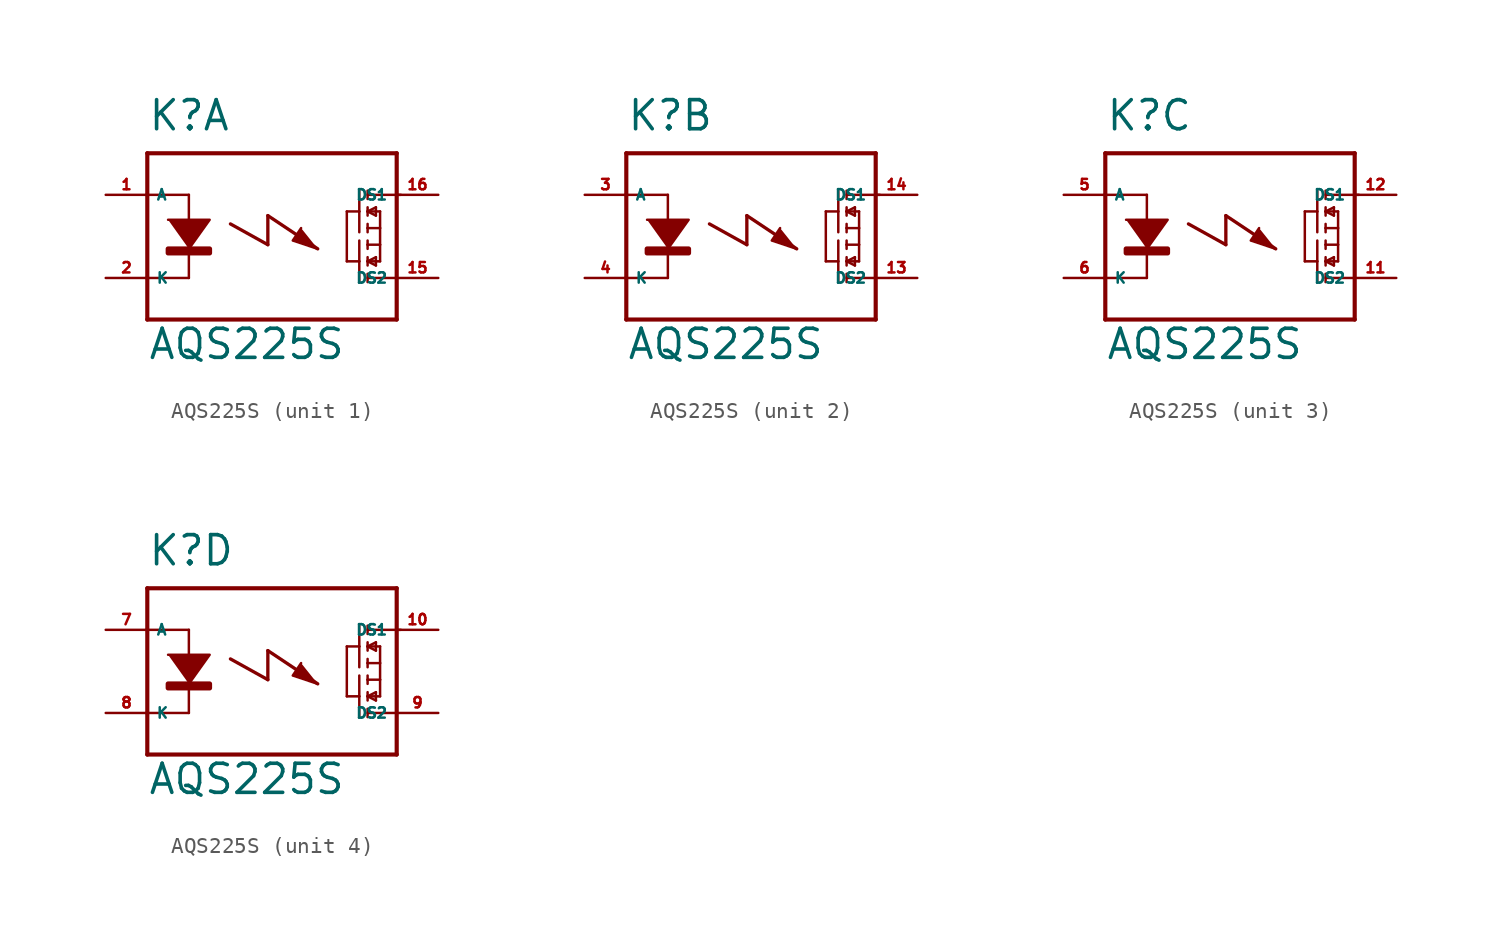
<source format=kicad_sym>
(kicad_symbol_lib
  (version 20220914)
  (generator Eagle2Kicad)
  (symbol "AQS225S"
    (property "Reference" "K"
      (at -7.62 6.35 0)
      (effects (font (size 1.778 1.778) (thickness 0.22)) (justify left bottom)))
    (property "Value" "AQS225S"
      (at -7.62 -7.62 0)
      (effects (font (size 1.778 1.778) (thickness 0.22)) (justify left bottom)))
    (symbol "AQS225S_1_0"
      (polyline (pts (xy -6.35 1.016) (xy -3.81 1.016) (xy -5.08 -0.762)) (stroke (width 0.152) (type default)) (fill (type outline)))
      (polyline (pts (xy 1.778 0.508) (xy 1.27 -0.254) (xy 2.794 -0.762)) (stroke (width 0.152) (type default)) (fill (type outline)))
      (polyline (pts (xy -5.08 2.54) (xy -5.08 -2.54)) (stroke (width 0.152) (type default)) (fill (type none)))
      (polyline (pts (xy 5.842 2.794) (xy 5.842 2.286)) (stroke (width 0.152) (type default)) (fill (type none)))
      (polyline (pts (xy 5.842 1.778) (xy 5.842 1.524)) (stroke (width 0.152) (type default)) (fill (type none)))
      (polyline (pts (xy 5.842 1.524) (xy 5.842 1.27)) (stroke (width 0.152) (type default)) (fill (type none)))
      (polyline (pts (xy 5.842 0.762) (xy 5.842 0.508)) (stroke (width 0.152) (type default)) (fill (type none)))
      (polyline (pts (xy 5.842 0.508) (xy 5.842 0.254)) (stroke (width 0.152) (type default)) (fill (type none)))
      (polyline (pts (xy 5.842 1.524) (xy 6.604 1.524)) (stroke (width 0.152) (type default)) (fill (type none)))
      (polyline (pts (xy 6.35 1.778) (xy 5.842 1.524)) (stroke (width 0.152) (type default)) (fill (type none)))
      (polyline (pts (xy 5.842 1.524) (xy 6.35 1.27)) (stroke (width 0.152) (type default)) (fill (type none)))
      (polyline (pts (xy 6.35 1.27) (xy 6.35 1.778)) (stroke (width 0.152) (type default)) (fill (type none)))
      (polyline (pts (xy 5.842 0.508) (xy 6.604 0.508)) (stroke (width 0.152) (type default)) (fill (type none)))
      (polyline (pts (xy 6.604 0.508) (xy 6.604 1.524)) (stroke (width 0.152) (type default)) (fill (type none)))
      (polyline (pts (xy 5.334 2.794) (xy 5.334 1.524)) (stroke (width 0.152) (type default)) (fill (type none)))
      (polyline (pts (xy 5.334 1.524) (xy 5.334 0.254)) (stroke (width 0.152) (type default)) (fill (type none)))
      (polyline (pts (xy 5.334 1.524) (xy 4.572 1.524)) (stroke (width 0.152) (type default)) (fill (type none)))
      (polyline (pts (xy 5.842 -2.794) (xy 5.842 -2.286)) (stroke (width 0.152) (type default)) (fill (type none)))
      (polyline (pts (xy 5.842 -1.778) (xy 5.842 -1.524)) (stroke (width 0.152) (type default)) (fill (type none)))
      (polyline (pts (xy 5.842 -1.524) (xy 5.842 -1.27)) (stroke (width 0.152) (type default)) (fill (type none)))
      (polyline (pts (xy 5.842 -0.762) (xy 5.842 -0.508)) (stroke (width 0.152) (type default)) (fill (type none)))
      (polyline (pts (xy 5.842 -0.508) (xy 5.842 -0.254)) (stroke (width 0.152) (type default)) (fill (type none)))
      (polyline (pts (xy 5.842 -1.524) (xy 6.604 -1.524)) (stroke (width 0.152) (type default)) (fill (type none)))
      (polyline (pts (xy 6.35 -1.778) (xy 5.842 -1.524)) (stroke (width 0.152) (type default)) (fill (type none)))
      (polyline (pts (xy 5.842 -1.524) (xy 6.35 -1.27)) (stroke (width 0.152) (type default)) (fill (type none)))
      (polyline (pts (xy 6.35 -1.27) (xy 6.35 -1.778)) (stroke (width 0.152) (type default)) (fill (type none)))
      (polyline (pts (xy 5.842 -0.508) (xy 6.604 -0.508)) (stroke (width 0.152) (type default)) (fill (type none)))
      (polyline (pts (xy 6.604 -0.508) (xy 6.604 -1.524)) (stroke (width 0.152) (type default)) (fill (type none)))
      (polyline (pts (xy 6.604 0.508) (xy 6.604 -0.508)) (stroke (width 0.152) (type default)) (fill (type none)))
      (polyline (pts (xy 5.334 -2.794) (xy 5.334 -1.524)) (stroke (width 0.152) (type default)) (fill (type none)))
      (polyline (pts (xy 5.334 -1.524) (xy 5.334 -0.254)) (stroke (width 0.152) (type default)) (fill (type none)))
      (polyline (pts (xy 5.334 -1.524) (xy 4.572 -1.524)) (stroke (width 0.152) (type default)) (fill (type none)))
      (polyline (pts (xy 4.572 1.524) (xy 4.572 -1.524)) (stroke (width 0.152) (type default)) (fill (type none)))
      (polyline (pts (xy -7.62 5.08) (xy -7.62 2.54)) (stroke (width 0.254) (type default)) (fill (type none)))
      (polyline (pts (xy -7.62 2.54) (xy -7.62 -2.54)) (stroke (width 0.254) (type default)) (fill (type none)))
      (polyline (pts (xy -7.62 -2.54) (xy -7.62 -5.08)) (stroke (width 0.254) (type default)) (fill (type none)))
      (polyline (pts (xy -7.62 -5.08) (xy 7.62 -5.08)) (stroke (width 0.254) (type default)) (fill (type none)))
      (polyline (pts (xy 5.842 2.54) (xy 7.874 2.54)) (stroke (width 0.152) (type default)) (fill (type none)))
      (polyline (pts (xy 5.842 -2.54) (xy 7.62 -2.54)) (stroke (width 0.152) (type default)) (fill (type none)))
      (polyline (pts (xy 7.62 -5.08) (xy 7.62 5.08)) (stroke (width 0.254) (type default)) (fill (type none)))
      (polyline (pts (xy 7.62 5.08) (xy -7.62 5.08)) (stroke (width 0.254) (type default)) (fill (type none)))
      (polyline (pts (xy -5.08 2.54) (xy -7.62 2.54)) (stroke (width 0.152) (type default)) (fill (type none)))
      (polyline (pts (xy -5.08 -2.54) (xy -7.62 -2.54)) (stroke (width 0.152) (type default)) (fill (type none)))
      (polyline (pts (xy -2.54 0.762) (xy -0.254 -0.508)) (stroke (width 0.203) (type default)) (fill (type none)))
      (polyline (pts (xy -0.254 -0.508) (xy -0.254 1.27)) (stroke (width 0.203) (type default)) (fill (type none)))
      (polyline (pts (xy -0.254 1.27) (xy 2.794 -0.762)) (stroke (width 0.203) (type default)) (fill (type none)))
      (rectangle (start -6.35 -1.016) (end -3.81 -0.762) (stroke (width 0.3) (type default)) (fill (type outline)))
      (pin passive line (at -10.16 2.54 0) (length 2.54) (name "A" (effects (font (size 0.635 0.635) (thickness 0.08)) (justify left bottom))) (number "1" (effects (font (size 0.635 0.635) (thickness 0.08)) (justify left bottom))))
      (pin passive line (at -10.16 -2.54 0) (length 2.54) (name "K" (effects (font (size 0.635 0.635) (thickness 0.08)) (justify left bottom))) (number "2" (effects (font (size 0.635 0.635) (thickness 0.08)) (justify left bottom))))
      (pin passive line (at 10.16 2.54 180) (length 2.54) (name "DS1" (effects (font (size 0.635 0.635) (thickness 0.08)) (justify left bottom))) (number "16" (effects (font (size 0.635 0.635) (thickness 0.08)) (justify left bottom))))
      (pin passive line (at 10.16 -2.54 180) (length 2.54) (name "DS2" (effects (font (size 0.635 0.635) (thickness 0.08)) (justify left bottom))) (number "15" (effects (font (size 0.635 0.635) (thickness 0.08)) (justify left bottom)))))
    (symbol "AQS225S_2_0"
      (polyline (pts (xy -6.35 1.016) (xy -3.81 1.016) (xy -5.08 -0.762)) (stroke (width 0.152) (type default)) (fill (type outline)))
      (polyline (pts (xy 1.778 0.508) (xy 1.27 -0.254) (xy 2.794 -0.762)) (stroke (width 0.152) (type default)) (fill (type outline)))
      (polyline (pts (xy -5.08 2.54) (xy -5.08 -2.54)) (stroke (width 0.152) (type default)) (fill (type none)))
      (polyline (pts (xy 5.842 2.794) (xy 5.842 2.286)) (stroke (width 0.152) (type default)) (fill (type none)))
      (polyline (pts (xy 5.842 1.778) (xy 5.842 1.524)) (stroke (width 0.152) (type default)) (fill (type none)))
      (polyline (pts (xy 5.842 1.524) (xy 5.842 1.27)) (stroke (width 0.152) (type default)) (fill (type none)))
      (polyline (pts (xy 5.842 0.762) (xy 5.842 0.508)) (stroke (width 0.152) (type default)) (fill (type none)))
      (polyline (pts (xy 5.842 0.508) (xy 5.842 0.254)) (stroke (width 0.152) (type default)) (fill (type none)))
      (polyline (pts (xy 5.842 1.524) (xy 6.604 1.524)) (stroke (width 0.152) (type default)) (fill (type none)))
      (polyline (pts (xy 6.35 1.778) (xy 5.842 1.524)) (stroke (width 0.152) (type default)) (fill (type none)))
      (polyline (pts (xy 5.842 1.524) (xy 6.35 1.27)) (stroke (width 0.152) (type default)) (fill (type none)))
      (polyline (pts (xy 6.35 1.27) (xy 6.35 1.778)) (stroke (width 0.152) (type default)) (fill (type none)))
      (polyline (pts (xy 5.842 0.508) (xy 6.604 0.508)) (stroke (width 0.152) (type default)) (fill (type none)))
      (polyline (pts (xy 6.604 0.508) (xy 6.604 1.524)) (stroke (width 0.152) (type default)) (fill (type none)))
      (polyline (pts (xy 5.334 2.794) (xy 5.334 1.524)) (stroke (width 0.152) (type default)) (fill (type none)))
      (polyline (pts (xy 5.334 1.524) (xy 5.334 0.254)) (stroke (width 0.152) (type default)) (fill (type none)))
      (polyline (pts (xy 5.334 1.524) (xy 4.572 1.524)) (stroke (width 0.152) (type default)) (fill (type none)))
      (polyline (pts (xy 5.842 -2.794) (xy 5.842 -2.286)) (stroke (width 0.152) (type default)) (fill (type none)))
      (polyline (pts (xy 5.842 -1.778) (xy 5.842 -1.524)) (stroke (width 0.152) (type default)) (fill (type none)))
      (polyline (pts (xy 5.842 -1.524) (xy 5.842 -1.27)) (stroke (width 0.152) (type default)) (fill (type none)))
      (polyline (pts (xy 5.842 -0.762) (xy 5.842 -0.508)) (stroke (width 0.152) (type default)) (fill (type none)))
      (polyline (pts (xy 5.842 -0.508) (xy 5.842 -0.254)) (stroke (width 0.152) (type default)) (fill (type none)))
      (polyline (pts (xy 5.842 -1.524) (xy 6.604 -1.524)) (stroke (width 0.152) (type default)) (fill (type none)))
      (polyline (pts (xy 6.35 -1.778) (xy 5.842 -1.524)) (stroke (width 0.152) (type default)) (fill (type none)))
      (polyline (pts (xy 5.842 -1.524) (xy 6.35 -1.27)) (stroke (width 0.152) (type default)) (fill (type none)))
      (polyline (pts (xy 6.35 -1.27) (xy 6.35 -1.778)) (stroke (width 0.152) (type default)) (fill (type none)))
      (polyline (pts (xy 5.842 -0.508) (xy 6.604 -0.508)) (stroke (width 0.152) (type default)) (fill (type none)))
      (polyline (pts (xy 6.604 -0.508) (xy 6.604 -1.524)) (stroke (width 0.152) (type default)) (fill (type none)))
      (polyline (pts (xy 6.604 0.508) (xy 6.604 -0.508)) (stroke (width 0.152) (type default)) (fill (type none)))
      (polyline (pts (xy 5.334 -2.794) (xy 5.334 -1.524)) (stroke (width 0.152) (type default)) (fill (type none)))
      (polyline (pts (xy 5.334 -1.524) (xy 5.334 -0.254)) (stroke (width 0.152) (type default)) (fill (type none)))
      (polyline (pts (xy 5.334 -1.524) (xy 4.572 -1.524)) (stroke (width 0.152) (type default)) (fill (type none)))
      (polyline (pts (xy 4.572 1.524) (xy 4.572 -1.524)) (stroke (width 0.152) (type default)) (fill (type none)))
      (polyline (pts (xy -7.62 5.08) (xy -7.62 2.54)) (stroke (width 0.254) (type default)) (fill (type none)))
      (polyline (pts (xy -7.62 2.54) (xy -7.62 -2.54)) (stroke (width 0.254) (type default)) (fill (type none)))
      (polyline (pts (xy -7.62 -2.54) (xy -7.62 -5.08)) (stroke (width 0.254) (type default)) (fill (type none)))
      (polyline (pts (xy -7.62 -5.08) (xy 7.62 -5.08)) (stroke (width 0.254) (type default)) (fill (type none)))
      (polyline (pts (xy 5.842 2.54) (xy 7.874 2.54)) (stroke (width 0.152) (type default)) (fill (type none)))
      (polyline (pts (xy 5.842 -2.54) (xy 7.62 -2.54)) (stroke (width 0.152) (type default)) (fill (type none)))
      (polyline (pts (xy 7.62 -5.08) (xy 7.62 5.08)) (stroke (width 0.254) (type default)) (fill (type none)))
      (polyline (pts (xy 7.62 5.08) (xy -7.62 5.08)) (stroke (width 0.254) (type default)) (fill (type none)))
      (polyline (pts (xy -5.08 2.54) (xy -7.62 2.54)) (stroke (width 0.152) (type default)) (fill (type none)))
      (polyline (pts (xy -5.08 -2.54) (xy -7.62 -2.54)) (stroke (width 0.152) (type default)) (fill (type none)))
      (polyline (pts (xy -2.54 0.762) (xy -0.254 -0.508)) (stroke (width 0.203) (type default)) (fill (type none)))
      (polyline (pts (xy -0.254 -0.508) (xy -0.254 1.27)) (stroke (width 0.203) (type default)) (fill (type none)))
      (polyline (pts (xy -0.254 1.27) (xy 2.794 -0.762)) (stroke (width 0.203) (type default)) (fill (type none)))
      (rectangle (start -6.35 -1.016) (end -3.81 -0.762) (stroke (width 0.3) (type default)) (fill (type outline)))
      (pin passive line (at -10.16 2.54 0) (length 2.54) (name "A" (effects (font (size 0.635 0.635) (thickness 0.08)) (justify left bottom))) (number "3" (effects (font (size 0.635 0.635) (thickness 0.08)) (justify left bottom))))
      (pin passive line (at -10.16 -2.54 0) (length 2.54) (name "K" (effects (font (size 0.635 0.635) (thickness 0.08)) (justify left bottom))) (number "4" (effects (font (size 0.635 0.635) (thickness 0.08)) (justify left bottom))))
      (pin passive line (at 10.16 2.54 180) (length 2.54) (name "DS1" (effects (font (size 0.635 0.635) (thickness 0.08)) (justify left bottom))) (number "14" (effects (font (size 0.635 0.635) (thickness 0.08)) (justify left bottom))))
      (pin passive line (at 10.16 -2.54 180) (length 2.54) (name "DS2" (effects (font (size 0.635 0.635) (thickness 0.08)) (justify left bottom))) (number "13" (effects (font (size 0.635 0.635) (thickness 0.08)) (justify left bottom)))))
    (symbol "AQS225S_3_0"
      (polyline (pts (xy -6.35 1.016) (xy -3.81 1.016) (xy -5.08 -0.762)) (stroke (width 0.152) (type default)) (fill (type outline)))
      (polyline (pts (xy 1.778 0.508) (xy 1.27 -0.254) (xy 2.794 -0.762)) (stroke (width 0.152) (type default)) (fill (type outline)))
      (polyline (pts (xy -5.08 2.54) (xy -5.08 -2.54)) (stroke (width 0.152) (type default)) (fill (type none)))
      (polyline (pts (xy 5.842 2.794) (xy 5.842 2.286)) (stroke (width 0.152) (type default)) (fill (type none)))
      (polyline (pts (xy 5.842 1.778) (xy 5.842 1.524)) (stroke (width 0.152) (type default)) (fill (type none)))
      (polyline (pts (xy 5.842 1.524) (xy 5.842 1.27)) (stroke (width 0.152) (type default)) (fill (type none)))
      (polyline (pts (xy 5.842 0.762) (xy 5.842 0.508)) (stroke (width 0.152) (type default)) (fill (type none)))
      (polyline (pts (xy 5.842 0.508) (xy 5.842 0.254)) (stroke (width 0.152) (type default)) (fill (type none)))
      (polyline (pts (xy 5.842 1.524) (xy 6.604 1.524)) (stroke (width 0.152) (type default)) (fill (type none)))
      (polyline (pts (xy 6.35 1.778) (xy 5.842 1.524)) (stroke (width 0.152) (type default)) (fill (type none)))
      (polyline (pts (xy 5.842 1.524) (xy 6.35 1.27)) (stroke (width 0.152) (type default)) (fill (type none)))
      (polyline (pts (xy 6.35 1.27) (xy 6.35 1.778)) (stroke (width 0.152) (type default)) (fill (type none)))
      (polyline (pts (xy 5.842 0.508) (xy 6.604 0.508)) (stroke (width 0.152) (type default)) (fill (type none)))
      (polyline (pts (xy 6.604 0.508) (xy 6.604 1.524)) (stroke (width 0.152) (type default)) (fill (type none)))
      (polyline (pts (xy 5.334 2.794) (xy 5.334 1.524)) (stroke (width 0.152) (type default)) (fill (type none)))
      (polyline (pts (xy 5.334 1.524) (xy 5.334 0.254)) (stroke (width 0.152) (type default)) (fill (type none)))
      (polyline (pts (xy 5.334 1.524) (xy 4.572 1.524)) (stroke (width 0.152) (type default)) (fill (type none)))
      (polyline (pts (xy 5.842 -2.794) (xy 5.842 -2.286)) (stroke (width 0.152) (type default)) (fill (type none)))
      (polyline (pts (xy 5.842 -1.778) (xy 5.842 -1.524)) (stroke (width 0.152) (type default)) (fill (type none)))
      (polyline (pts (xy 5.842 -1.524) (xy 5.842 -1.27)) (stroke (width 0.152) (type default)) (fill (type none)))
      (polyline (pts (xy 5.842 -0.762) (xy 5.842 -0.508)) (stroke (width 0.152) (type default)) (fill (type none)))
      (polyline (pts (xy 5.842 -0.508) (xy 5.842 -0.254)) (stroke (width 0.152) (type default)) (fill (type none)))
      (polyline (pts (xy 5.842 -1.524) (xy 6.604 -1.524)) (stroke (width 0.152) (type default)) (fill (type none)))
      (polyline (pts (xy 6.35 -1.778) (xy 5.842 -1.524)) (stroke (width 0.152) (type default)) (fill (type none)))
      (polyline (pts (xy 5.842 -1.524) (xy 6.35 -1.27)) (stroke (width 0.152) (type default)) (fill (type none)))
      (polyline (pts (xy 6.35 -1.27) (xy 6.35 -1.778)) (stroke (width 0.152) (type default)) (fill (type none)))
      (polyline (pts (xy 5.842 -0.508) (xy 6.604 -0.508)) (stroke (width 0.152) (type default)) (fill (type none)))
      (polyline (pts (xy 6.604 -0.508) (xy 6.604 -1.524)) (stroke (width 0.152) (type default)) (fill (type none)))
      (polyline (pts (xy 6.604 0.508) (xy 6.604 -0.508)) (stroke (width 0.152) (type default)) (fill (type none)))
      (polyline (pts (xy 5.334 -2.794) (xy 5.334 -1.524)) (stroke (width 0.152) (type default)) (fill (type none)))
      (polyline (pts (xy 5.334 -1.524) (xy 5.334 -0.254)) (stroke (width 0.152) (type default)) (fill (type none)))
      (polyline (pts (xy 5.334 -1.524) (xy 4.572 -1.524)) (stroke (width 0.152) (type default)) (fill (type none)))
      (polyline (pts (xy 4.572 1.524) (xy 4.572 -1.524)) (stroke (width 0.152) (type default)) (fill (type none)))
      (polyline (pts (xy -7.62 5.08) (xy -7.62 2.54)) (stroke (width 0.254) (type default)) (fill (type none)))
      (polyline (pts (xy -7.62 2.54) (xy -7.62 -2.54)) (stroke (width 0.254) (type default)) (fill (type none)))
      (polyline (pts (xy -7.62 -2.54) (xy -7.62 -5.08)) (stroke (width 0.254) (type default)) (fill (type none)))
      (polyline (pts (xy -7.62 -5.08) (xy 7.62 -5.08)) (stroke (width 0.254) (type default)) (fill (type none)))
      (polyline (pts (xy 5.842 2.54) (xy 7.874 2.54)) (stroke (width 0.152) (type default)) (fill (type none)))
      (polyline (pts (xy 5.842 -2.54) (xy 7.62 -2.54)) (stroke (width 0.152) (type default)) (fill (type none)))
      (polyline (pts (xy 7.62 -5.08) (xy 7.62 5.08)) (stroke (width 0.254) (type default)) (fill (type none)))
      (polyline (pts (xy 7.62 5.08) (xy -7.62 5.08)) (stroke (width 0.254) (type default)) (fill (type none)))
      (polyline (pts (xy -5.08 2.54) (xy -7.62 2.54)) (stroke (width 0.152) (type default)) (fill (type none)))
      (polyline (pts (xy -5.08 -2.54) (xy -7.62 -2.54)) (stroke (width 0.152) (type default)) (fill (type none)))
      (polyline (pts (xy -2.54 0.762) (xy -0.254 -0.508)) (stroke (width 0.203) (type default)) (fill (type none)))
      (polyline (pts (xy -0.254 -0.508) (xy -0.254 1.27)) (stroke (width 0.203) (type default)) (fill (type none)))
      (polyline (pts (xy -0.254 1.27) (xy 2.794 -0.762)) (stroke (width 0.203) (type default)) (fill (type none)))
      (rectangle (start -6.35 -1.016) (end -3.81 -0.762) (stroke (width 0.3) (type default)) (fill (type outline)))
      (pin passive line (at -10.16 2.54 0) (length 2.54) (name "A" (effects (font (size 0.635 0.635) (thickness 0.08)) (justify left bottom))) (number "5" (effects (font (size 0.635 0.635) (thickness 0.08)) (justify left bottom))))
      (pin passive line (at -10.16 -2.54 0) (length 2.54) (name "K" (effects (font (size 0.635 0.635) (thickness 0.08)) (justify left bottom))) (number "6" (effects (font (size 0.635 0.635) (thickness 0.08)) (justify left bottom))))
      (pin passive line (at 10.16 2.54 180) (length 2.54) (name "DS1" (effects (font (size 0.635 0.635) (thickness 0.08)) (justify left bottom))) (number "12" (effects (font (size 0.635 0.635) (thickness 0.08)) (justify left bottom))))
      (pin passive line (at 10.16 -2.54 180) (length 2.54) (name "DS2" (effects (font (size 0.635 0.635) (thickness 0.08)) (justify left bottom))) (number "11" (effects (font (size 0.635 0.635) (thickness 0.08)) (justify left bottom)))))
    (symbol "AQS225S_4_0"
      (polyline (pts (xy -6.35 1.016) (xy -3.81 1.016) (xy -5.08 -0.762)) (stroke (width 0.152) (type default)) (fill (type outline)))
      (polyline (pts (xy 1.778 0.508) (xy 1.27 -0.254) (xy 2.794 -0.762)) (stroke (width 0.152) (type default)) (fill (type outline)))
      (polyline (pts (xy -5.08 2.54) (xy -5.08 -2.54)) (stroke (width 0.152) (type default)) (fill (type none)))
      (polyline (pts (xy 5.842 2.794) (xy 5.842 2.286)) (stroke (width 0.152) (type default)) (fill (type none)))
      (polyline (pts (xy 5.842 1.778) (xy 5.842 1.524)) (stroke (width 0.152) (type default)) (fill (type none)))
      (polyline (pts (xy 5.842 1.524) (xy 5.842 1.27)) (stroke (width 0.152) (type default)) (fill (type none)))
      (polyline (pts (xy 5.842 0.762) (xy 5.842 0.508)) (stroke (width 0.152) (type default)) (fill (type none)))
      (polyline (pts (xy 5.842 0.508) (xy 5.842 0.254)) (stroke (width 0.152) (type default)) (fill (type none)))
      (polyline (pts (xy 5.842 1.524) (xy 6.604 1.524)) (stroke (width 0.152) (type default)) (fill (type none)))
      (polyline (pts (xy 6.35 1.778) (xy 5.842 1.524)) (stroke (width 0.152) (type default)) (fill (type none)))
      (polyline (pts (xy 5.842 1.524) (xy 6.35 1.27)) (stroke (width 0.152) (type default)) (fill (type none)))
      (polyline (pts (xy 6.35 1.27) (xy 6.35 1.778)) (stroke (width 0.152) (type default)) (fill (type none)))
      (polyline (pts (xy 5.842 0.508) (xy 6.604 0.508)) (stroke (width 0.152) (type default)) (fill (type none)))
      (polyline (pts (xy 6.604 0.508) (xy 6.604 1.524)) (stroke (width 0.152) (type default)) (fill (type none)))
      (polyline (pts (xy 5.334 2.794) (xy 5.334 1.524)) (stroke (width 0.152) (type default)) (fill (type none)))
      (polyline (pts (xy 5.334 1.524) (xy 5.334 0.254)) (stroke (width 0.152) (type default)) (fill (type none)))
      (polyline (pts (xy 5.334 1.524) (xy 4.572 1.524)) (stroke (width 0.152) (type default)) (fill (type none)))
      (polyline (pts (xy 5.842 -2.794) (xy 5.842 -2.286)) (stroke (width 0.152) (type default)) (fill (type none)))
      (polyline (pts (xy 5.842 -1.778) (xy 5.842 -1.524)) (stroke (width 0.152) (type default)) (fill (type none)))
      (polyline (pts (xy 5.842 -1.524) (xy 5.842 -1.27)) (stroke (width 0.152) (type default)) (fill (type none)))
      (polyline (pts (xy 5.842 -0.762) (xy 5.842 -0.508)) (stroke (width 0.152) (type default)) (fill (type none)))
      (polyline (pts (xy 5.842 -0.508) (xy 5.842 -0.254)) (stroke (width 0.152) (type default)) (fill (type none)))
      (polyline (pts (xy 5.842 -1.524) (xy 6.604 -1.524)) (stroke (width 0.152) (type default)) (fill (type none)))
      (polyline (pts (xy 6.35 -1.778) (xy 5.842 -1.524)) (stroke (width 0.152) (type default)) (fill (type none)))
      (polyline (pts (xy 5.842 -1.524) (xy 6.35 -1.27)) (stroke (width 0.152) (type default)) (fill (type none)))
      (polyline (pts (xy 6.35 -1.27) (xy 6.35 -1.778)) (stroke (width 0.152) (type default)) (fill (type none)))
      (polyline (pts (xy 5.842 -0.508) (xy 6.604 -0.508)) (stroke (width 0.152) (type default)) (fill (type none)))
      (polyline (pts (xy 6.604 -0.508) (xy 6.604 -1.524)) (stroke (width 0.152) (type default)) (fill (type none)))
      (polyline (pts (xy 6.604 0.508) (xy 6.604 -0.508)) (stroke (width 0.152) (type default)) (fill (type none)))
      (polyline (pts (xy 5.334 -2.794) (xy 5.334 -1.524)) (stroke (width 0.152) (type default)) (fill (type none)))
      (polyline (pts (xy 5.334 -1.524) (xy 5.334 -0.254)) (stroke (width 0.152) (type default)) (fill (type none)))
      (polyline (pts (xy 5.334 -1.524) (xy 4.572 -1.524)) (stroke (width 0.152) (type default)) (fill (type none)))
      (polyline (pts (xy 4.572 1.524) (xy 4.572 -1.524)) (stroke (width 0.152) (type default)) (fill (type none)))
      (polyline (pts (xy -7.62 5.08) (xy -7.62 2.54)) (stroke (width 0.254) (type default)) (fill (type none)))
      (polyline (pts (xy -7.62 2.54) (xy -7.62 -2.54)) (stroke (width 0.254) (type default)) (fill (type none)))
      (polyline (pts (xy -7.62 -2.54) (xy -7.62 -5.08)) (stroke (width 0.254) (type default)) (fill (type none)))
      (polyline (pts (xy -7.62 -5.08) (xy 7.62 -5.08)) (stroke (width 0.254) (type default)) (fill (type none)))
      (polyline (pts (xy 5.842 2.54) (xy 7.874 2.54)) (stroke (width 0.152) (type default)) (fill (type none)))
      (polyline (pts (xy 5.842 -2.54) (xy 7.62 -2.54)) (stroke (width 0.152) (type default)) (fill (type none)))
      (polyline (pts (xy 7.62 -5.08) (xy 7.62 5.08)) (stroke (width 0.254) (type default)) (fill (type none)))
      (polyline (pts (xy 7.62 5.08) (xy -7.62 5.08)) (stroke (width 0.254) (type default)) (fill (type none)))
      (polyline (pts (xy -5.08 2.54) (xy -7.62 2.54)) (stroke (width 0.152) (type default)) (fill (type none)))
      (polyline (pts (xy -5.08 -2.54) (xy -7.62 -2.54)) (stroke (width 0.152) (type default)) (fill (type none)))
      (polyline (pts (xy -2.54 0.762) (xy -0.254 -0.508)) (stroke (width 0.203) (type default)) (fill (type none)))
      (polyline (pts (xy -0.254 -0.508) (xy -0.254 1.27)) (stroke (width 0.203) (type default)) (fill (type none)))
      (polyline (pts (xy -0.254 1.27) (xy 2.794 -0.762)) (stroke (width 0.203) (type default)) (fill (type none)))
      (rectangle (start -6.35 -1.016) (end -3.81 -0.762) (stroke (width 0.3) (type default)) (fill (type outline)))
      (pin passive line (at -10.16 2.54 0) (length 2.54) (name "A" (effects (font (size 0.635 0.635) (thickness 0.08)) (justify left bottom))) (number "7" (effects (font (size 0.635 0.635) (thickness 0.08)) (justify left bottom))))
      (pin passive line (at -10.16 -2.54 0) (length 2.54) (name "K" (effects (font (size 0.635 0.635) (thickness 0.08)) (justify left bottom))) (number "8" (effects (font (size 0.635 0.635) (thickness 0.08)) (justify left bottom))))
      (pin passive line (at 10.16 2.54 180) (length 2.54) (name "DS1" (effects (font (size 0.635 0.635) (thickness 0.08)) (justify left bottom))) (number "10" (effects (font (size 0.635 0.635) (thickness 0.08)) (justify left bottom))))
      (pin passive line (at 10.16 -2.54 180) (length 2.54) (name "DS2" (effects (font (size 0.635 0.635) (thickness 0.08)) (justify left bottom))) (number "9" (effects (font (size 0.635 0.635) (thickness 0.08)) (justify left bottom)))))))
</source>
